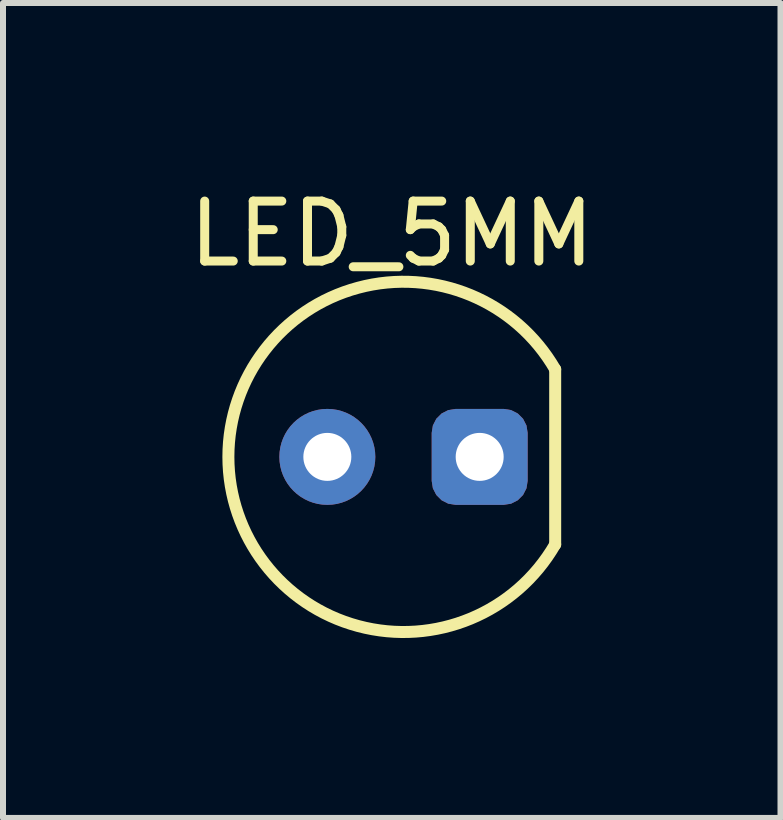
<source format=kicad_pcb>
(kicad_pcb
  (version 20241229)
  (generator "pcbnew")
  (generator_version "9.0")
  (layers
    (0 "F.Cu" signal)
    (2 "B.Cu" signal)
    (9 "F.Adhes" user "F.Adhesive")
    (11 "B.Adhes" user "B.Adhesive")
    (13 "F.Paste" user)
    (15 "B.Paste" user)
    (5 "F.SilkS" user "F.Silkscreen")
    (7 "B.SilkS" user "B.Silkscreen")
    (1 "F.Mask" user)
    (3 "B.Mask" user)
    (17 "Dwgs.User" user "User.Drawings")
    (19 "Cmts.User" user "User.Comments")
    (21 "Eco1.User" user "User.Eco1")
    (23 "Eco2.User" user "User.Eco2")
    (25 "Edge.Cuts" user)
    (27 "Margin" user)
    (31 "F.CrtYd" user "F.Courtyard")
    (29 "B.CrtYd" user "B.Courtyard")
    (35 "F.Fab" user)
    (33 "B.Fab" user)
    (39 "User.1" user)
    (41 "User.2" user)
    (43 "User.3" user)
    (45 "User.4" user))
  (footprint "LED_5MM"
    (layer "F.Cu")
    (at 3.678 4.568)
    (property "Reference" "LED_5MM" (at -0.196 -3.72 0) (layer "F.SilkS") (effects (font (size 1 1) (thickness 0.15))))
    (fp_line (start 2.529 1.46) (end 2.529 -1.46) (stroke (width 0.2) (type solid)) (layer "F.SilkS"))
    (fp_arc (start 2.528794 1.46) (mid -2.92 0) (end 2.528794 -1.46) (stroke (width 0.2) (type solid)) (layer "F.SilkS"))
    (pad "1" thru_hole circle (at -1.27 0) (size 1.6 1.6) (drill 0.8) (layers "*.Cu" "*.Mask"))
    (pad "2" thru_hole roundrect (at 1.27 0) (size 1.6 1.6) (drill 0.8) (layers "*.Cu" "*.Mask") (roundrect_rratio 0.25)))
  (gr_rect
    (start -3 -3)
    (end 9.964 10.588)
    (stroke (width 0.1) (type default))
    (fill no)
    (layer "Edge.Cuts")))
</source>
